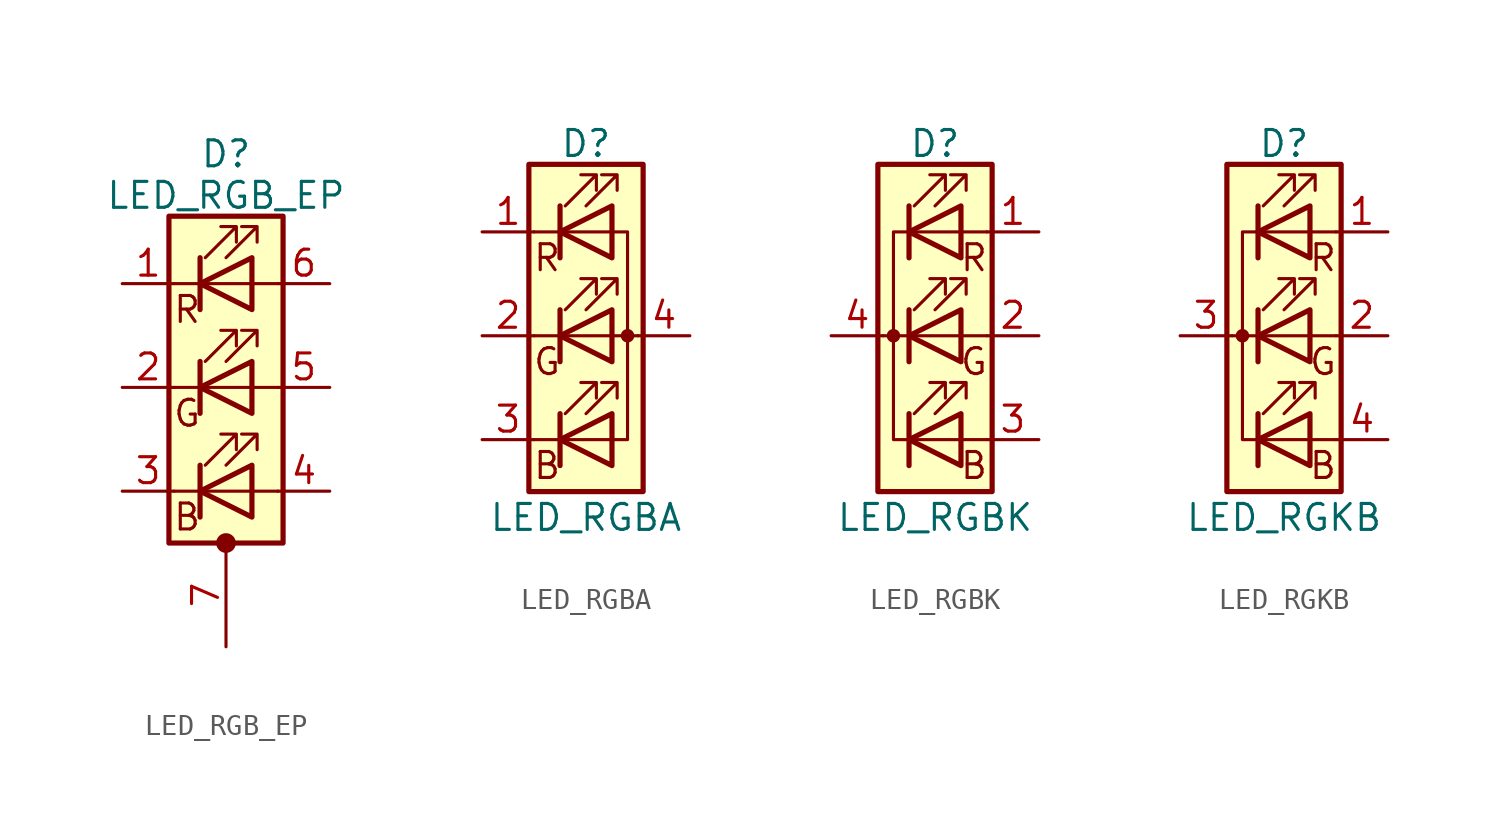
<source format=kicad_sym>
(kicad_symbol_lib
  (version 20201005)
  (generator kicad_symbol_editor)
  (symbol "LED_RGB_EP"
    (pin_names
      (offset 0) hide)
    (property "Reference" "D"
      (at 0 11.43 0)
      (effects (font (size 1.27 1.27))))
    (property "Value" "LED_RGB_EP"
      (at 0 9.398 0)
      (effects (font (size 1.27 1.27))))
    (symbol "LED_RGB_EP_0_0"
      (text "B" (at -1.905 -6.35 0) (effects (font (size 1.27 1.27))))
      (text "G" (at -1.905 -1.27 0) (effects (font (size 1.27 1.27))))
      (text "R" (at -1.905 3.81 0) (effects (font (size 1.27 1.27)))))
    (symbol "LED_RGB_EP_0_1"
      (circle (center 0 -7.62) (radius 0.356) (stroke (width 0.254)) (fill (type outline)))
      (rectangle (start 1.27 -1.27) (end 1.27 1.27) (stroke (width 0)) (fill (type none)))
      (rectangle (start 1.27 1.27) (end 1.27 1.27) (stroke (width 0)) (fill (type none)))
      (rectangle (start 1.27 3.81) (end 1.27 6.35) (stroke (width 0)) (fill (type none)))
      (rectangle (start 1.27 6.35) (end 1.27 6.35) (stroke (width 0)) (fill (type none)))
      (rectangle (start 2.794 8.382) (end -2.794 -7.62) (stroke (width 0.254)) (fill (type background)))
      (polyline (pts (xy -1.27 -5.08) (xy -2.54 -5.08)) (stroke (width 0)) (fill (type none)))
      (polyline (pts (xy -1.27 -3.81) (xy -1.27 -6.35)) (stroke (width 0.254)) (fill (type none)))
      (polyline (pts (xy -1.27 0) (xy -2.54 0)) (stroke (width 0)) (fill (type none)))
      (polyline (pts (xy -1.27 1.27) (xy -1.27 -1.27)) (stroke (width 0.254)) (fill (type none)))
      (polyline (pts (xy -1.27 5.08) (xy -2.54 5.08)) (stroke (width 0)) (fill (type none)))
      (polyline (pts (xy -1.27 5.08) (xy 1.27 5.08)) (stroke (width 0)) (fill (type none)))
      (polyline (pts (xy -1.27 6.35) (xy -1.27 3.81)) (stroke (width 0.254)) (fill (type none)))
      (polyline (pts (xy -1.016 0) (xy 1.27 0)) (stroke (width 0)) (fill (type none)))
      (polyline (pts (xy 1.27 -5.08) (xy -1.27 -5.08)) (stroke (width 0)) (fill (type none)))
      (polyline (pts (xy 1.27 -5.08) (xy 2.54 -5.08)) (stroke (width 0)) (fill (type none)))
      (polyline (pts (xy 1.27 5.08) (xy 2.54 5.08)) (stroke (width 0)) (fill (type none)))
      (polyline (pts (xy 2.54 0) (xy 1.27 0)) (stroke (width 0)) (fill (type none)))
      (polyline (pts (xy -1.27 1.27) (xy -1.27 -1.27) (xy -1.27 -1.27)) (stroke (width 0)) (fill (type none)))
      (polyline (pts (xy -1.27 6.35) (xy -1.27 3.81) (xy -1.27 3.81)) (stroke (width 0)) (fill (type none)))
      (polyline (pts (xy 1.27 -3.81) (xy 1.27 -6.35) (xy -1.27 -5.08) (xy 1.27 -3.81)) (stroke (width 0.254)) (fill (type none)))
      (polyline (pts (xy 1.27 1.27) (xy 1.27 -1.27) (xy -1.27 0) (xy 1.27 1.27)) (stroke (width 0.254)) (fill (type none)))
      (polyline (pts (xy 1.27 6.35) (xy 1.27 3.81) (xy -1.27 5.08) (xy 1.27 6.35)) (stroke (width 0.254)) (fill (type none)))
      (polyline (pts (xy -1.016 -3.81) (xy 0.508 -2.286) (xy -0.254 -2.286) (xy 0.508 -2.286) (xy 0.508 -3.048)) (stroke (width 0)) (fill (type none)))
      (polyline (pts (xy -1.016 1.27) (xy 0.508 2.794) (xy -0.254 2.794) (xy 0.508 2.794) (xy 0.508 2.032)) (stroke (width 0)) (fill (type none)))
      (polyline (pts (xy -1.016 6.35) (xy 0.508 7.874) (xy -0.254 7.874) (xy 0.508 7.874) (xy 0.508 7.112)) (stroke (width 0)) (fill (type none)))
      (polyline (pts (xy 0 -3.81) (xy 1.524 -2.286) (xy 0.762 -2.286) (xy 1.524 -2.286) (xy 1.524 -3.048)) (stroke (width 0)) (fill (type none)))
      (polyline (pts (xy 0 1.27) (xy 1.524 2.794) (xy 0.762 2.794) (xy 1.524 2.794) (xy 1.524 2.032)) (stroke (width 0)) (fill (type none)))
      (polyline (pts (xy 0 6.35) (xy 1.524 7.874) (xy 0.762 7.874) (xy 1.524 7.874) (xy 1.524 7.112)) (stroke (width 0)) (fill (type none))))
    (symbol "LED_RGB_EP_1_1"
      (pin passive line (at -5.08 5.08 0) (length 2.54) (name "RK" (effects (font (size 1.27 1.27)))) (number "1" (effects (font (size 1.27 1.27)))))
      (pin passive line (at -5.08 0 0) (length 2.54) (name "GK" (effects (font (size 1.27 1.27)))) (number "2" (effects (font (size 1.27 1.27)))))
      (pin passive line (at -5.08 -5.08 0) (length 2.54) (name "BK" (effects (font (size 1.27 1.27)))) (number "3" (effects (font (size 1.27 1.27)))))
      (pin passive line (at 5.08 -5.08 180) (length 2.54) (name "BA" (effects (font (size 1.27 1.27)))) (number "4" (effects (font (size 1.27 1.27)))))
      (pin passive line (at 5.08 0 180) (length 2.54) (name "GA" (effects (font (size 1.27 1.27)))) (number "5" (effects (font (size 1.27 1.27)))))
      (pin passive line (at 5.08 5.08 180) (length 2.54) (name "RA" (effects (font (size 1.27 1.27)))) (number "6" (effects (font (size 1.27 1.27)))))
      (pin passive line (at 0 -12.7 90) (length 5.08) (name "PAD" (effects (font (size 1.27 1.27)))) (number "7" (effects (font (size 1.27 1.27)))))))
  (symbol "LED_RGBA"
    (pin_names
      (offset 0) hide)
    (property "Reference" "D"
      (at 0 9.398 0)
      (effects (font (size 1.27 1.27))))
    (property "Value" "LED_RGBA"
      (at 0 -8.89 0)
      (effects (font (size 1.27 1.27))))
    (symbol "LED_RGBA_0_0"
      (text "B" (at -1.905 -6.35 0) (effects (font (size 1.27 1.27))))
      (text "G" (at -1.905 -1.27 0) (effects (font (size 1.27 1.27))))
      (text "R" (at -1.905 3.81 0) (effects (font (size 1.27 1.27)))))
    (symbol "LED_RGBA_0_1"
      (circle (center 2.032 0) (radius 0.254) (stroke (width 0)) (fill (type outline)))
      (rectangle (start 1.27 -1.27) (end 1.27 1.27) (stroke (width 0)) (fill (type none)))
      (rectangle (start 1.27 1.27) (end 1.27 1.27) (stroke (width 0)) (fill (type none)))
      (rectangle (start 1.27 3.81) (end 1.27 6.35) (stroke (width 0)) (fill (type none)))
      (rectangle (start 1.27 6.35) (end 1.27 6.35) (stroke (width 0)) (fill (type none)))
      (rectangle (start 2.794 8.382) (end -2.794 -7.62) (stroke (width 0.254)) (fill (type background)))
      (polyline (pts (xy -1.27 -5.08) (xy -2.54 -5.08)) (stroke (width 0)) (fill (type none)))
      (polyline (pts (xy -1.27 -5.08) (xy 1.27 -5.08)) (stroke (width 0)) (fill (type none)))
      (polyline (pts (xy -1.27 -3.81) (xy -1.27 -6.35)) (stroke (width 0.254)) (fill (type none)))
      (polyline (pts (xy -1.27 0) (xy -2.54 0)) (stroke (width 0)) (fill (type none)))
      (polyline (pts (xy -1.27 1.27) (xy -1.27 -1.27)) (stroke (width 0.254)) (fill (type none)))
      (polyline (pts (xy -1.27 5.08) (xy -2.54 5.08)) (stroke (width 0)) (fill (type none)))
      (polyline (pts (xy -1.27 5.08) (xy 1.27 5.08)) (stroke (width 0)) (fill (type none)))
      (polyline (pts (xy -1.27 6.35) (xy -1.27 3.81)) (stroke (width 0.254)) (fill (type none)))
      (polyline (pts (xy 1.27 0) (xy -1.27 0)) (stroke (width 0)) (fill (type none)))
      (polyline (pts (xy 1.27 0) (xy 2.54 0)) (stroke (width 0)) (fill (type none)))
      (polyline (pts (xy -1.27 1.27) (xy -1.27 -1.27) (xy -1.27 -1.27)) (stroke (width 0)) (fill (type none)))
      (polyline (pts (xy -1.27 6.35) (xy -1.27 3.81) (xy -1.27 3.81)) (stroke (width 0)) (fill (type none)))
      (polyline (pts (xy 1.27 -5.08) (xy 2.032 -5.08) (xy 2.032 5.08) (xy 1.27 5.08)) (stroke (width 0)) (fill (type none)))
      (polyline (pts (xy 1.27 -3.81) (xy 1.27 -6.35) (xy -1.27 -5.08) (xy 1.27 -3.81)) (stroke (width 0.254)) (fill (type none)))
      (polyline (pts (xy 1.27 1.27) (xy 1.27 -1.27) (xy -1.27 0) (xy 1.27 1.27)) (stroke (width 0.254)) (fill (type none)))
      (polyline (pts (xy 1.27 6.35) (xy 1.27 3.81) (xy -1.27 5.08) (xy 1.27 6.35)) (stroke (width 0.254)) (fill (type none)))
      (polyline (pts (xy -1.016 -3.81) (xy 0.508 -2.286) (xy -0.254 -2.286) (xy 0.508 -2.286) (xy 0.508 -3.048)) (stroke (width 0)) (fill (type none)))
      (polyline (pts (xy -1.016 1.27) (xy 0.508 2.794) (xy -0.254 2.794) (xy 0.508 2.794) (xy 0.508 2.032)) (stroke (width 0)) (fill (type none)))
      (polyline (pts (xy -1.016 6.35) (xy 0.508 7.874) (xy -0.254 7.874) (xy 0.508 7.874) (xy 0.508 7.112)) (stroke (width 0)) (fill (type none)))
      (polyline (pts (xy 0 -3.81) (xy 1.524 -2.286) (xy 0.762 -2.286) (xy 1.524 -2.286) (xy 1.524 -3.048)) (stroke (width 0)) (fill (type none)))
      (polyline (pts (xy 0 1.27) (xy 1.524 2.794) (xy 0.762 2.794) (xy 1.524 2.794) (xy 1.524 2.032)) (stroke (width 0)) (fill (type none)))
      (polyline (pts (xy 0 6.35) (xy 1.524 7.874) (xy 0.762 7.874) (xy 1.524 7.874) (xy 1.524 7.112)) (stroke (width 0)) (fill (type none))))
    (symbol "LED_RGBA_1_1"
      (pin passive line (at -5.08 5.08 0) (length 2.54) (name "RK" (effects (font (size 1.27 1.27)))) (number "1" (effects (font (size 1.27 1.27)))))
      (pin passive line (at -5.08 0 0) (length 2.54) (name "GK" (effects (font (size 1.27 1.27)))) (number "2" (effects (font (size 1.27 1.27)))))
      (pin passive line (at -5.08 -5.08 0) (length 2.54) (name "BK" (effects (font (size 1.27 1.27)))) (number "3" (effects (font (size 1.27 1.27)))))
      (pin passive line (at 5.08 0 180) (length 2.54) (name "A" (effects (font (size 1.27 1.27)))) (number "4" (effects (font (size 1.27 1.27)))))))
  (symbol "LED_RGBK"
    (pin_names
      (offset 0) hide)
    (property "Reference" "D"
      (at 0 9.398 0)
      (effects (font (size 1.27 1.27))))
    (property "Value" "LED_RGBK"
      (at 0 -8.89 0)
      (effects (font (size 1.27 1.27))))
    (symbol "LED_RGBK_0_0"
      (text "B" (at 1.905 -6.35 0) (effects (font (size 1.27 1.27))))
      (text "G" (at 1.905 -1.27 0) (effects (font (size 1.27 1.27))))
      (text "R" (at 1.905 3.81 0) (effects (font (size 1.27 1.27)))))
    (symbol "LED_RGBK_0_1"
      (circle (center -2.032 0) (radius 0.254) (stroke (width 0)) (fill (type outline)))
      (rectangle (start 1.27 -1.27) (end 1.27 1.27) (stroke (width 0)) (fill (type none)))
      (rectangle (start 1.27 1.27) (end 1.27 1.27) (stroke (width 0)) (fill (type none)))
      (rectangle (start 1.27 3.81) (end 1.27 6.35) (stroke (width 0)) (fill (type none)))
      (rectangle (start 1.27 6.35) (end 1.27 6.35) (stroke (width 0)) (fill (type none)))
      (rectangle (start 2.794 8.382) (end -2.794 -7.62) (stroke (width 0.254)) (fill (type background)))
      (polyline (pts (xy -1.27 -5.08) (xy 1.27 -5.08)) (stroke (width 0)) (fill (type none)))
      (polyline (pts (xy -1.27 -3.81) (xy -1.27 -6.35)) (stroke (width 0.254)) (fill (type none)))
      (polyline (pts (xy -1.27 0) (xy -2.54 0)) (stroke (width 0)) (fill (type none)))
      (polyline (pts (xy -1.27 1.27) (xy -1.27 -1.27)) (stroke (width 0.254)) (fill (type none)))
      (polyline (pts (xy -1.27 5.08) (xy 1.27 5.08)) (stroke (width 0)) (fill (type none)))
      (polyline (pts (xy -1.27 6.35) (xy -1.27 3.81)) (stroke (width 0.254)) (fill (type none)))
      (polyline (pts (xy 1.27 -5.08) (xy 2.54 -5.08)) (stroke (width 0)) (fill (type none)))
      (polyline (pts (xy 1.27 0) (xy -1.27 0)) (stroke (width 0)) (fill (type none)))
      (polyline (pts (xy 1.27 0) (xy 2.54 0)) (stroke (width 0)) (fill (type none)))
      (polyline (pts (xy 1.27 5.08) (xy 2.54 5.08)) (stroke (width 0)) (fill (type none)))
      (polyline (pts (xy -1.27 1.27) (xy -1.27 -1.27) (xy -1.27 -1.27)) (stroke (width 0)) (fill (type none)))
      (polyline (pts (xy -1.27 6.35) (xy -1.27 3.81) (xy -1.27 3.81)) (stroke (width 0)) (fill (type none)))
      (polyline (pts (xy -1.27 5.08) (xy -2.032 5.08) (xy -2.032 -5.08) (xy -1.016 -5.08)) (stroke (width 0)) (fill (type none)))
      (polyline (pts (xy 1.27 -3.81) (xy 1.27 -6.35) (xy -1.27 -5.08) (xy 1.27 -3.81)) (stroke (width 0.254)) (fill (type none)))
      (polyline (pts (xy 1.27 1.27) (xy 1.27 -1.27) (xy -1.27 0) (xy 1.27 1.27)) (stroke (width 0.254)) (fill (type none)))
      (polyline (pts (xy 1.27 6.35) (xy 1.27 3.81) (xy -1.27 5.08) (xy 1.27 6.35)) (stroke (width 0.254)) (fill (type none)))
      (polyline (pts (xy -1.016 -3.81) (xy 0.508 -2.286) (xy -0.254 -2.286) (xy 0.508 -2.286) (xy 0.508 -3.048)) (stroke (width 0)) (fill (type none)))
      (polyline (pts (xy -1.016 1.27) (xy 0.508 2.794) (xy -0.254 2.794) (xy 0.508 2.794) (xy 0.508 2.032)) (stroke (width 0)) (fill (type none)))
      (polyline (pts (xy -1.016 6.35) (xy 0.508 7.874) (xy -0.254 7.874) (xy 0.508 7.874) (xy 0.508 7.112)) (stroke (width 0)) (fill (type none)))
      (polyline (pts (xy 0 -3.81) (xy 1.524 -2.286) (xy 0.762 -2.286) (xy 1.524 -2.286) (xy 1.524 -3.048)) (stroke (width 0)) (fill (type none)))
      (polyline (pts (xy 0 1.27) (xy 1.524 2.794) (xy 0.762 2.794) (xy 1.524 2.794) (xy 1.524 2.032)) (stroke (width 0)) (fill (type none)))
      (polyline (pts (xy 0 6.35) (xy 1.524 7.874) (xy 0.762 7.874) (xy 1.524 7.874) (xy 1.524 7.112)) (stroke (width 0)) (fill (type none))))
    (symbol "LED_RGBK_1_1"
      (pin passive line (at 5.08 5.08 180) (length 2.54) (name "RA" (effects (font (size 1.27 1.27)))) (number "1" (effects (font (size 1.27 1.27)))))
      (pin passive line (at 5.08 0 180) (length 2.54) (name "GA" (effects (font (size 1.27 1.27)))) (number "2" (effects (font (size 1.27 1.27)))))
      (pin passive line (at 5.08 -5.08 180) (length 2.54) (name "BA" (effects (font (size 1.27 1.27)))) (number "3" (effects (font (size 1.27 1.27)))))
      (pin passive line (at -5.08 0 0) (length 2.54) (name "K" (effects (font (size 1.27 1.27)))) (number "4" (effects (font (size 1.27 1.27)))))))
  (symbol "LED_RGKB"
    (pin_names
      (offset 0) hide)
    (property "Reference" "D"
      (at 0 9.398 0)
      (effects (font (size 1.27 1.27))))
    (property "Value" "LED_RGKB"
      (at 0 -8.89 0)
      (effects (font (size 1.27 1.27))))
    (symbol "LED_RGKB_0_0"
      (text "B" (at 1.905 -6.35 0) (effects (font (size 1.27 1.27))))
      (text "G" (at 1.905 -1.27 0) (effects (font (size 1.27 1.27))))
      (text "R" (at 1.905 3.81 0) (effects (font (size 1.27 1.27)))))
    (symbol "LED_RGKB_0_1"
      (circle (center -2.032 0) (radius 0.254) (stroke (width 0)) (fill (type outline)))
      (rectangle (start 1.27 -1.27) (end 1.27 1.27) (stroke (width 0)) (fill (type none)))
      (rectangle (start 1.27 1.27) (end 1.27 1.27) (stroke (width 0)) (fill (type none)))
      (rectangle (start 1.27 3.81) (end 1.27 6.35) (stroke (width 0)) (fill (type none)))
      (rectangle (start 1.27 6.35) (end 1.27 6.35) (stroke (width 0)) (fill (type none)))
      (rectangle (start 2.794 8.382) (end -2.794 -7.62) (stroke (width 0.254)) (fill (type background)))
      (polyline (pts (xy -1.27 -5.08) (xy 1.27 -5.08)) (stroke (width 0)) (fill (type none)))
      (polyline (pts (xy -1.27 -3.81) (xy -1.27 -6.35)) (stroke (width 0.254)) (fill (type none)))
      (polyline (pts (xy -1.27 0) (xy -2.54 0)) (stroke (width 0)) (fill (type none)))
      (polyline (pts (xy -1.27 1.27) (xy -1.27 -1.27)) (stroke (width 0.254)) (fill (type none)))
      (polyline (pts (xy -1.27 5.08) (xy 1.27 5.08)) (stroke (width 0)) (fill (type none)))
      (polyline (pts (xy -1.27 6.35) (xy -1.27 3.81)) (stroke (width 0.254)) (fill (type none)))
      (polyline (pts (xy 1.27 -5.08) (xy 2.54 -5.08)) (stroke (width 0)) (fill (type none)))
      (polyline (pts (xy 1.27 0) (xy -1.27 0)) (stroke (width 0)) (fill (type none)))
      (polyline (pts (xy 1.27 0) (xy 2.54 0)) (stroke (width 0)) (fill (type none)))
      (polyline (pts (xy 1.27 5.08) (xy 2.54 5.08)) (stroke (width 0)) (fill (type none)))
      (polyline (pts (xy -1.27 1.27) (xy -1.27 -1.27) (xy -1.27 -1.27)) (stroke (width 0)) (fill (type none)))
      (polyline (pts (xy -1.27 6.35) (xy -1.27 3.81) (xy -1.27 3.81)) (stroke (width 0)) (fill (type none)))
      (polyline (pts (xy -1.27 5.08) (xy -2.032 5.08) (xy -2.032 -5.08) (xy -1.016 -5.08)) (stroke (width 0)) (fill (type none)))
      (polyline (pts (xy 1.27 -3.81) (xy 1.27 -6.35) (xy -1.27 -5.08) (xy 1.27 -3.81)) (stroke (width 0.254)) (fill (type none)))
      (polyline (pts (xy 1.27 1.27) (xy 1.27 -1.27) (xy -1.27 0) (xy 1.27 1.27)) (stroke (width 0.254)) (fill (type none)))
      (polyline (pts (xy 1.27 6.35) (xy 1.27 3.81) (xy -1.27 5.08) (xy 1.27 6.35)) (stroke (width 0.254)) (fill (type none)))
      (polyline (pts (xy -1.016 -3.81) (xy 0.508 -2.286) (xy -0.254 -2.286) (xy 0.508 -2.286) (xy 0.508 -3.048)) (stroke (width 0)) (fill (type none)))
      (polyline (pts (xy -1.016 1.27) (xy 0.508 2.794) (xy -0.254 2.794) (xy 0.508 2.794) (xy 0.508 2.032)) (stroke (width 0)) (fill (type none)))
      (polyline (pts (xy -1.016 6.35) (xy 0.508 7.874) (xy -0.254 7.874) (xy 0.508 7.874) (xy 0.508 7.112)) (stroke (width 0)) (fill (type none)))
      (polyline (pts (xy 0 -3.81) (xy 1.524 -2.286) (xy 0.762 -2.286) (xy 1.524 -2.286) (xy 1.524 -3.048)) (stroke (width 0)) (fill (type none)))
      (polyline (pts (xy 0 1.27) (xy 1.524 2.794) (xy 0.762 2.794) (xy 1.524 2.794) (xy 1.524 2.032)) (stroke (width 0)) (fill (type none)))
      (polyline (pts (xy 0 6.35) (xy 1.524 7.874) (xy 0.762 7.874) (xy 1.524 7.874) (xy 1.524 7.112)) (stroke (width 0)) (fill (type none))))
    (symbol "LED_RGKB_1_1"
      (pin passive line (at 5.08 5.08 180) (length 2.54) (name "RA" (effects (font (size 1.27 1.27)))) (number "1" (effects (font (size 1.27 1.27)))))
      (pin passive line (at 5.08 0 180) (length 2.54) (name "GA" (effects (font (size 1.27 1.27)))) (number "2" (effects (font (size 1.27 1.27)))))
      (pin passive line (at -5.08 0 0) (length 2.54) (name "K" (effects (font (size 1.27 1.27)))) (number "3" (effects (font (size 1.27 1.27)))))
      (pin passive line (at 5.08 -5.08 180) (length 2.54) (name "BA" (effects (font (size 1.27 1.27)))) (number "4" (effects (font (size 1.27 1.27))))))))
</source>
